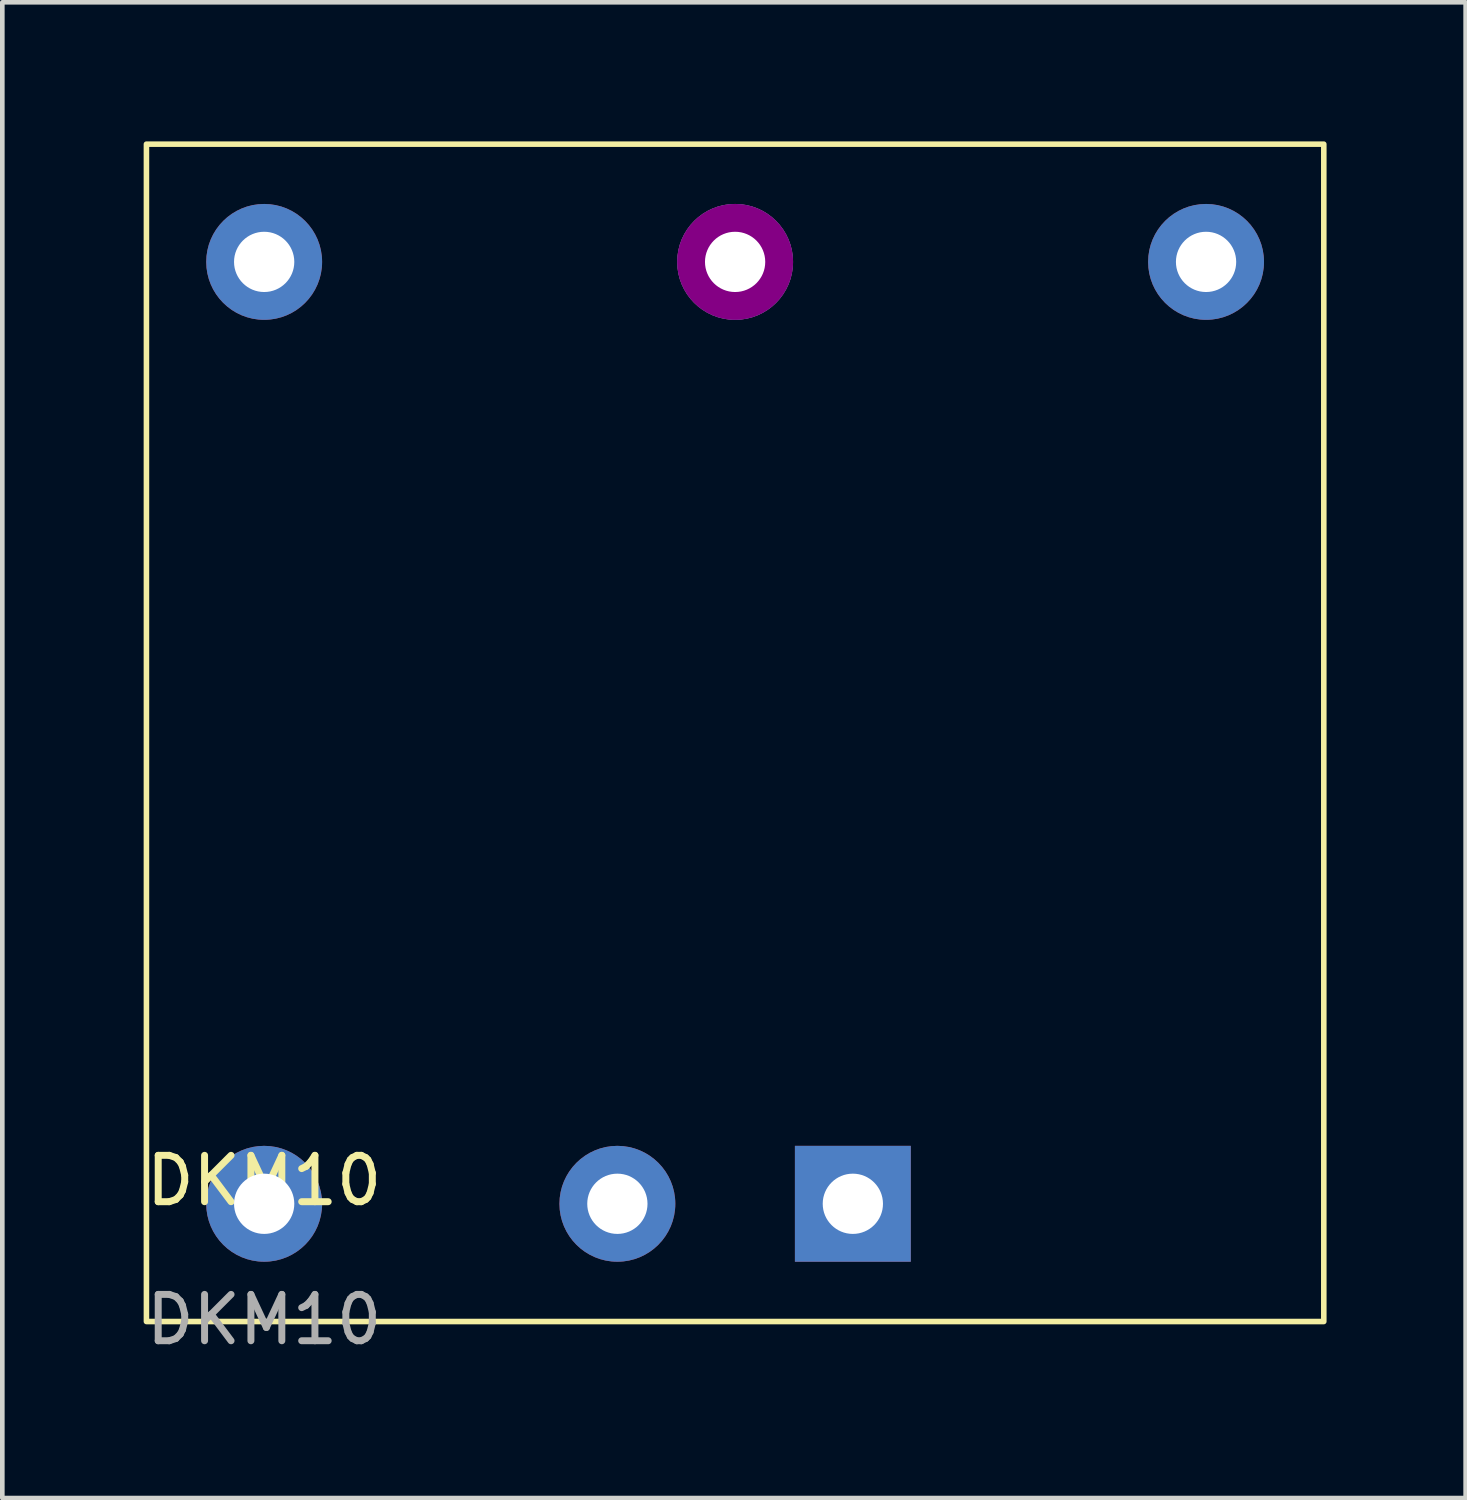
<source format=kicad_pcb>
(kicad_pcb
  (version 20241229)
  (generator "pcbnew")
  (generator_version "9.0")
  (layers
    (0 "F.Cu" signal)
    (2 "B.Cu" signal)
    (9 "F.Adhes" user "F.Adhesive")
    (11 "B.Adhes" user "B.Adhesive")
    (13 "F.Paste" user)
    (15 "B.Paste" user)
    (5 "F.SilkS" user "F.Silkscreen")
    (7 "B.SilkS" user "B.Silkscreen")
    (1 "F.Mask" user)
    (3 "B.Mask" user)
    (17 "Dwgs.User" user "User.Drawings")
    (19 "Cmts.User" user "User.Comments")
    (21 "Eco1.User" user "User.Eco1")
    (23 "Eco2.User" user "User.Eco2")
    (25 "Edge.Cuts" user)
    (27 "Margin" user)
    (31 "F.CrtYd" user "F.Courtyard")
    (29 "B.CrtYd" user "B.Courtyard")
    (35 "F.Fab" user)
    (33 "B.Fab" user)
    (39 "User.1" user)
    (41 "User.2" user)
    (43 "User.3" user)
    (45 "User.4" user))
  (footprint "DKM10"
    (layer "F.Cu")
    (at 15.349 22.92)
    (property "Reference" "DKM10" (at -12.7 -0.5 0) (unlocked yes) (layer "F.SilkS") (effects (font (size 1 1) (thickness 0.15))))
    (attr smd)
    (fp_rect (start -15.24 2.54) (end 10.16 -22.86) (stroke (width 0.12) (type solid)) (fill no) (layer "F.SilkS"))
    (fp_text user "${REFERENCE}" (at -12.7 2.5 0) (unlocked yes) (layer "F.Fab") (effects (font (size 1 1) (thickness 0.15))))
    (pad "1" thru_hole rect (at 0 0) (size 2.5 2.5) (drill 1.3) (layers "*.Cu" "*.Mask"))
    (pad "2" thru_hole circle (at -5.08 0) (size 2.5 2.5) (drill 1.3) (layers "*.Cu" "*.Mask"))
    (pad "3" thru_hole circle (at 7.62 -20.32) (size 2.5 2.5) (drill 1.3) (layers "*.Cu" "*.Mask"))
    (pad "4" thru_hole circle (at -2.54 -20.32) (size 2.5 2.5) (drill 1.3) (layers "*.Cu" "*.Mask" "F.Adhes"))
    (pad "5" thru_hole circle (at -12.7 -20.32) (size 2.5 2.5) (drill 1.3) (layers "*.Cu" "*.Mask"))
    (pad "6" thru_hole circle (at -12.7 0) (size 2.5 2.5) (drill 1.3) (layers "*.Cu" "*.Mask")))
  (gr_rect
    (start -3 -3)
    (end 28.569 29.268)
    (stroke (width 0.1) (type default))
    (fill no)
    (layer "Edge.Cuts")))
</source>
